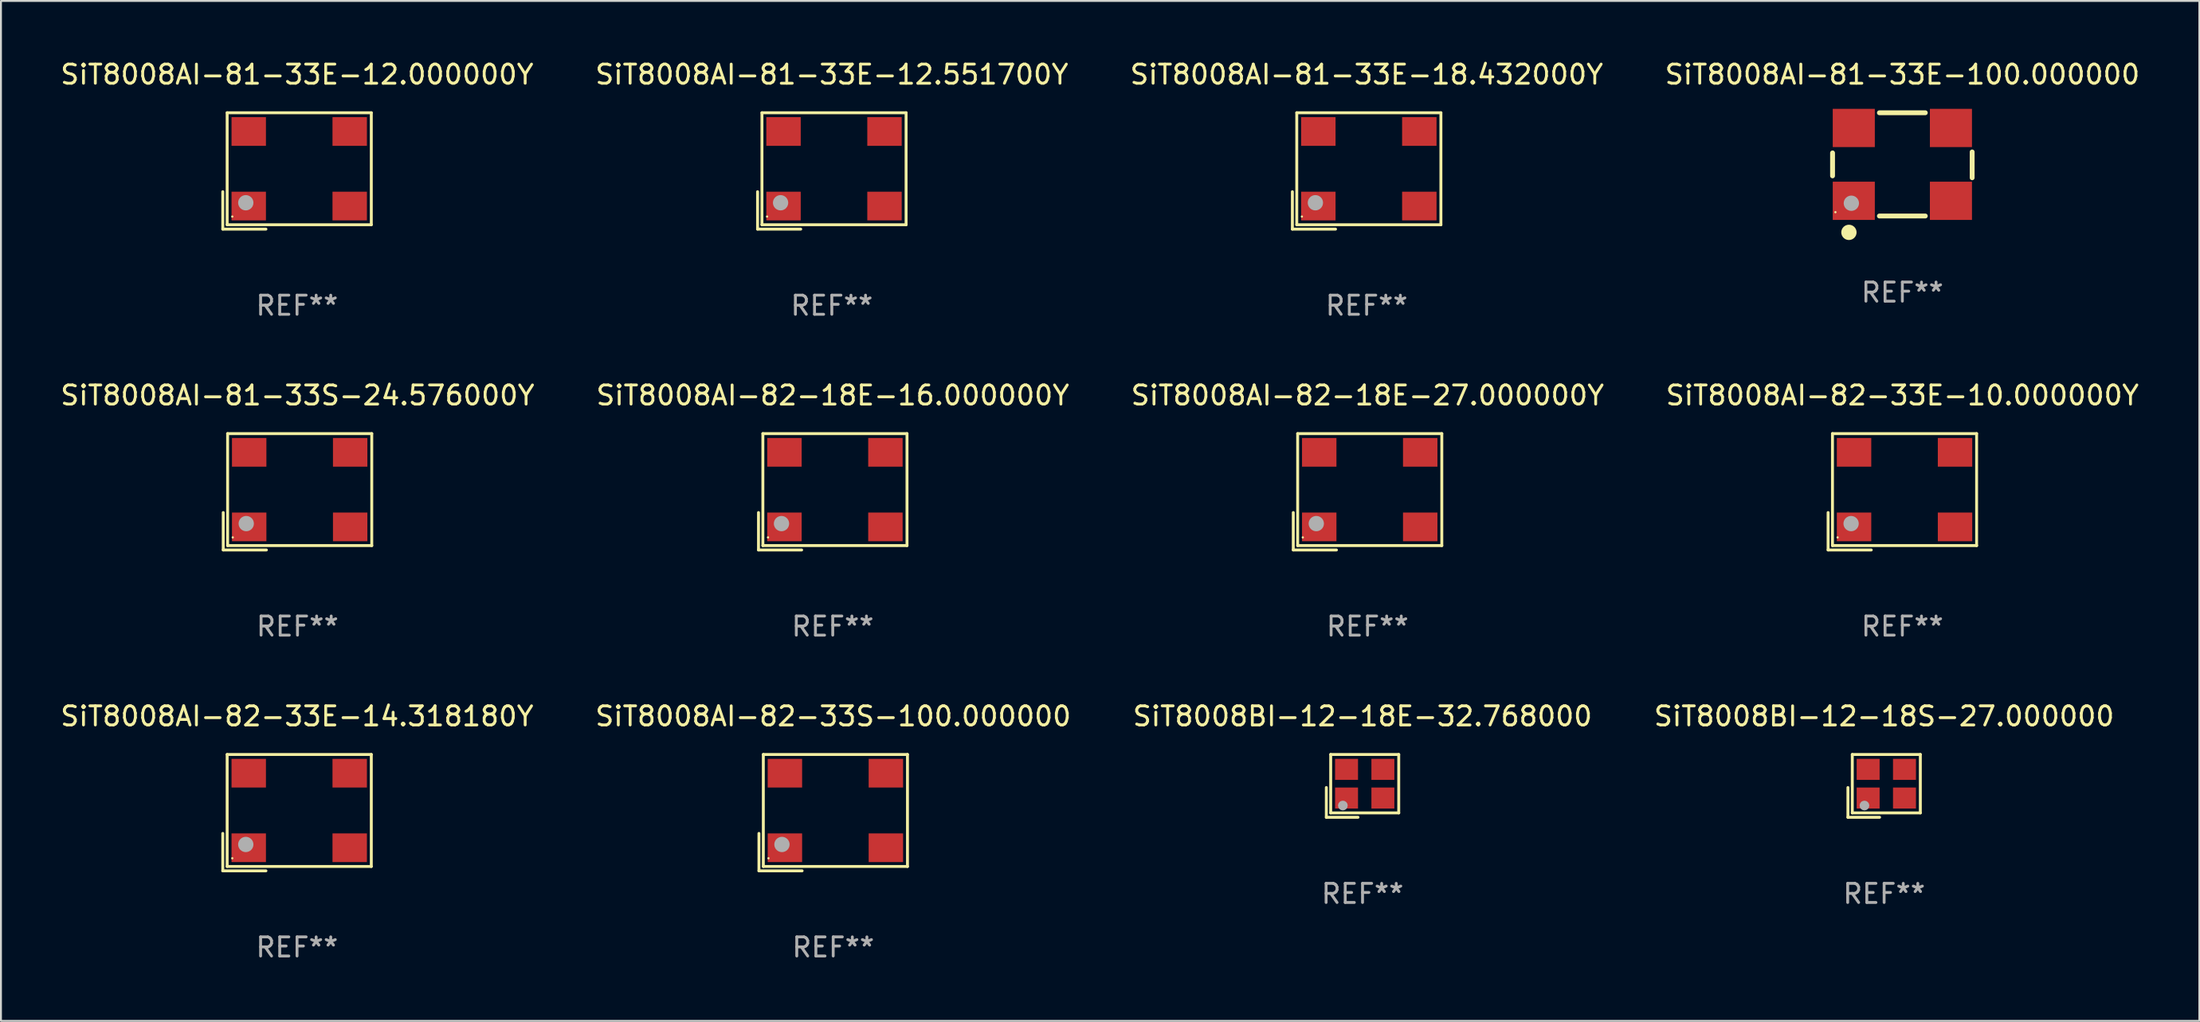
<source format=kicad_pcb>
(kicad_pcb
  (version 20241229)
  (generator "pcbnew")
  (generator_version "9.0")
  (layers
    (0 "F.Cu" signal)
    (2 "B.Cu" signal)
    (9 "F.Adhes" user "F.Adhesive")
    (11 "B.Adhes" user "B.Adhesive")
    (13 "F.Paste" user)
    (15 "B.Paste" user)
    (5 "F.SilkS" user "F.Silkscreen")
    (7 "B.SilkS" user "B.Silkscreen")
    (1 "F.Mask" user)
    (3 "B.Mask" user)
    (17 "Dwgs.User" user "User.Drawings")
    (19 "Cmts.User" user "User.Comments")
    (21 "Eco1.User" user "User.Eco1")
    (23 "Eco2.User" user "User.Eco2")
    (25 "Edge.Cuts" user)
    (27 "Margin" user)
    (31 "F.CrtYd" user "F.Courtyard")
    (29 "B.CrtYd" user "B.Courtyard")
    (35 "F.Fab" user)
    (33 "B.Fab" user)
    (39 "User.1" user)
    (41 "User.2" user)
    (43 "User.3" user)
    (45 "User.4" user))
  (footprint "SiT8008AI-81-33E-18.432000Y"
    (layer "F.Cu")
    (at 68.411 5.891)
    (property "Reference" "SiT8008AI-81-33E-18.432000Y" (at 0 -5.043 0) (layer "F.SilkS") (effects (font (size 1 1) (thickness 0.15))))
    (attr through_hole)
    (fp_line (start -3.883 1.086) (end -3.883 3.043) (stroke (width 0.152) (type solid)) (layer "F.SilkS"))
    (fp_line (start -3.883 3.043) (end -1.626 3.043) (stroke (width 0.152) (type solid)) (layer "F.SilkS"))
    (fp_line (start -3.654 -3.043) (end 3.883 -3.043) (stroke (width 0.152) (type solid)) (layer "F.SilkS"))
    (fp_line (start -3.654 2.814) (end -3.654 -3.043) (stroke (width 0.152) (type solid)) (layer "F.SilkS"))
    (fp_line (start 3.883 -3.043) (end 3.883 2.814) (stroke (width 0.152) (type solid)) (layer "F.SilkS"))
    (fp_line (start 3.883 2.814) (end -3.654 2.814) (stroke (width 0.152) (type solid)) (layer "F.SilkS"))
    (fp_circle (center -3.386 2.386) (end -3.356 2.386) (stroke (width 0.06) (type solid)) (fill no) (layer "F.SilkS"))
    (fp_circle (center -2.68 1.664) (end -2.48 1.664) (stroke (width 0.4) (type solid)) (fill no) (layer "F.Fab"))
    (fp_text user "REF**" (at 0 7.043 0) (layer "F.Fab") (effects (font (size 1 1) (thickness 0.15))))
    (pad "1" smd rect (at -2.526 1.836) (size 1.8 1.5) (layers "F.Cu" "F.Mask" "F.Paste"))
    (pad "2" smd rect (at 2.754 1.836) (size 1.8 1.5) (layers "F.Cu" "F.Mask" "F.Paste"))
    (pad "3" smd rect (at 2.754 -2.064) (size 1.8 1.5) (layers "F.Cu" "F.Mask" "F.Paste"))
    (pad "4" smd rect (at -2.526 -2.064) (size 1.8 1.5) (layers "F.Cu" "F.Mask" "F.Paste")))
  (footprint "SiT8008AI-81-33E-12.551700Y"
    (layer "F.Cu")
    (at 40.446 5.891)
    (property "Reference" "SiT8008AI-81-33E-12.551700Y" (at 0 -5.043 0) (layer "F.SilkS") (effects (font (size 1 1) (thickness 0.15))))
    (attr through_hole)
    (fp_line (start -3.883 1.086) (end -3.883 3.043) (stroke (width 0.152) (type solid)) (layer "F.SilkS"))
    (fp_line (start -3.883 3.043) (end -1.626 3.043) (stroke (width 0.152) (type solid)) (layer "F.SilkS"))
    (fp_line (start -3.654 -3.043) (end 3.883 -3.043) (stroke (width 0.152) (type solid)) (layer "F.SilkS"))
    (fp_line (start -3.654 2.814) (end -3.654 -3.043) (stroke (width 0.152) (type solid)) (layer "F.SilkS"))
    (fp_line (start 3.883 -3.043) (end 3.883 2.814) (stroke (width 0.152) (type solid)) (layer "F.SilkS"))
    (fp_line (start 3.883 2.814) (end -3.654 2.814) (stroke (width 0.152) (type solid)) (layer "F.SilkS"))
    (fp_circle (center -3.386 2.386) (end -3.356 2.386) (stroke (width 0.06) (type solid)) (fill no) (layer "F.SilkS"))
    (fp_circle (center -2.68 1.664) (end -2.48 1.664) (stroke (width 0.4) (type solid)) (fill no) (layer "F.Fab"))
    (fp_text user "REF**" (at 0 7.043 0) (layer "F.Fab") (effects (font (size 1 1) (thickness 0.15))))
    (pad "1" smd rect (at -2.526 1.836) (size 1.8 1.5) (layers "F.Cu" "F.Mask" "F.Paste"))
    (pad "2" smd rect (at 2.754 1.836) (size 1.8 1.5) (layers "F.Cu" "F.Mask" "F.Paste"))
    (pad "3" smd rect (at 2.754 -2.064) (size 1.8 1.5) (layers "F.Cu" "F.Mask" "F.Paste"))
    (pad "4" smd rect (at -2.526 -2.064) (size 1.8 1.5) (layers "F.Cu" "F.Mask" "F.Paste")))
  (footprint "SiT8008AI-82-18E-16.000000Y"
    (layer "F.Cu")
    (at 40.494 22.673)
    (property "Reference" "SiT8008AI-82-18E-16.000000Y" (at 0 -5.043 0) (layer "F.SilkS") (effects (font (size 1 1) (thickness 0.15))))
    (attr through_hole)
    (fp_line (start -3.883 1.086) (end -3.883 3.043) (stroke (width 0.152) (type solid)) (layer "F.SilkS"))
    (fp_line (start -3.883 3.043) (end -1.626 3.043) (stroke (width 0.152) (type solid)) (layer "F.SilkS"))
    (fp_line (start -3.654 -3.043) (end 3.883 -3.043) (stroke (width 0.152) (type solid)) (layer "F.SilkS"))
    (fp_line (start -3.654 2.814) (end -3.654 -3.043) (stroke (width 0.152) (type solid)) (layer "F.SilkS"))
    (fp_line (start 3.883 -3.043) (end 3.883 2.814) (stroke (width 0.152) (type solid)) (layer "F.SilkS"))
    (fp_line (start 3.883 2.814) (end -3.654 2.814) (stroke (width 0.152) (type solid)) (layer "F.SilkS"))
    (fp_circle (center -3.386 2.386) (end -3.356 2.386) (stroke (width 0.06) (type solid)) (fill no) (layer "F.SilkS"))
    (fp_circle (center -2.68 1.664) (end -2.48 1.664) (stroke (width 0.4) (type solid)) (fill no) (layer "F.Fab"))
    (fp_text user "REF**" (at 0 7.043 0) (layer "F.Fab") (effects (font (size 1 1) (thickness 0.15))))
    (pad "1" smd rect (at -2.526 1.836) (size 1.8 1.5) (layers "F.Cu" "F.Mask" "F.Paste"))
    (pad "2" smd rect (at 2.754 1.836) (size 1.8 1.5) (layers "F.Cu" "F.Mask" "F.Paste"))
    (pad "3" smd rect (at 2.754 -2.064) (size 1.8 1.5) (layers "F.Cu" "F.Mask" "F.Paste"))
    (pad "4" smd rect (at -2.526 -2.064) (size 1.8 1.5) (layers "F.Cu" "F.Mask" "F.Paste")))
  (footprint "SiT8008AI-82-18E-27.000000Y"
    (layer "F.Cu")
    (at 68.458 22.673)
    (property "Reference" "SiT8008AI-82-18E-27.000000Y" (at 0 -5.043 0) (layer "F.SilkS") (effects (font (size 1 1) (thickness 0.15))))
    (attr through_hole)
    (fp_line (start -3.883 1.086) (end -3.883 3.043) (stroke (width 0.152) (type solid)) (layer "F.SilkS"))
    (fp_line (start -3.883 3.043) (end -1.626 3.043) (stroke (width 0.152) (type solid)) (layer "F.SilkS"))
    (fp_line (start -3.654 -3.043) (end 3.883 -3.043) (stroke (width 0.152) (type solid)) (layer "F.SilkS"))
    (fp_line (start -3.654 2.814) (end -3.654 -3.043) (stroke (width 0.152) (type solid)) (layer "F.SilkS"))
    (fp_line (start 3.883 -3.043) (end 3.883 2.814) (stroke (width 0.152) (type solid)) (layer "F.SilkS"))
    (fp_line (start 3.883 2.814) (end -3.654 2.814) (stroke (width 0.152) (type solid)) (layer "F.SilkS"))
    (fp_circle (center -3.386 2.386) (end -3.356 2.386) (stroke (width 0.06) (type solid)) (fill no) (layer "F.SilkS"))
    (fp_circle (center -2.68 1.664) (end -2.48 1.664) (stroke (width 0.4) (type solid)) (fill no) (layer "F.Fab"))
    (fp_text user "REF**" (at 0 7.043 0) (layer "F.Fab") (effects (font (size 1 1) (thickness 0.15))))
    (pad "1" smd rect (at -2.526 1.836) (size 1.8 1.5) (layers "F.Cu" "F.Mask" "F.Paste"))
    (pad "2" smd rect (at 2.754 1.836) (size 1.8 1.5) (layers "F.Cu" "F.Mask" "F.Paste"))
    (pad "3" smd rect (at 2.754 -2.064) (size 1.8 1.5) (layers "F.Cu" "F.Mask" "F.Paste"))
    (pad "4" smd rect (at -2.526 -2.064) (size 1.8 1.5) (layers "F.Cu" "F.Mask" "F.Paste")))
  (footprint "SiT8008AI-82-33E-14.318180Y"
    (layer "F.Cu")
    (at 12.482 39.456)
    (property "Reference" "SiT8008AI-82-33E-14.318180Y" (at 0 -5.043 0) (layer "F.SilkS") (effects (font (size 1 1) (thickness 0.15))))
    (attr through_hole)
    (fp_line (start -3.883 1.086) (end -3.883 3.043) (stroke (width 0.152) (type solid)) (layer "F.SilkS"))
    (fp_line (start -3.883 3.043) (end -1.626 3.043) (stroke (width 0.152) (type solid)) (layer "F.SilkS"))
    (fp_line (start -3.654 -3.043) (end 3.883 -3.043) (stroke (width 0.152) (type solid)) (layer "F.SilkS"))
    (fp_line (start -3.654 2.814) (end -3.654 -3.043) (stroke (width 0.152) (type solid)) (layer "F.SilkS"))
    (fp_line (start 3.883 -3.043) (end 3.883 2.814) (stroke (width 0.152) (type solid)) (layer "F.SilkS"))
    (fp_line (start 3.883 2.814) (end -3.654 2.814) (stroke (width 0.152) (type solid)) (layer "F.SilkS"))
    (fp_circle (center -3.386 2.386) (end -3.356 2.386) (stroke (width 0.06) (type solid)) (fill no) (layer "F.SilkS"))
    (fp_circle (center -2.68 1.664) (end -2.48 1.664) (stroke (width 0.4) (type solid)) (fill no) (layer "F.Fab"))
    (fp_text user "REF**" (at 0 7.043 0) (layer "F.Fab") (effects (font (size 1 1) (thickness 0.15))))
    (pad "1" smd rect (at -2.526 1.836) (size 1.8 1.5) (layers "F.Cu" "F.Mask" "F.Paste"))
    (pad "2" smd rect (at 2.754 1.836) (size 1.8 1.5) (layers "F.Cu" "F.Mask" "F.Paste"))
    (pad "3" smd rect (at 2.754 -2.064) (size 1.8 1.5) (layers "F.Cu" "F.Mask" "F.Paste"))
    (pad "4" smd rect (at -2.526 -2.064) (size 1.8 1.5) (layers "F.Cu" "F.Mask" "F.Paste")))
  (footprint "SiT8008BI-12-18E-32.768000"
    (layer "F.Cu")
    (at 68.196 38.056)
    (property "Reference" "SiT8008BI-12-18E-32.768000" (at 0 -3.643 0) (layer "F.SilkS") (effects (font (size 1 1) (thickness 0.15))))
    (attr through_hole)
    (fp_line (start -1.893 0.086) (end -1.893 1.643) (stroke (width 0.152) (type solid)) (layer "F.SilkS"))
    (fp_line (start -1.893 1.643) (end -0.237 1.643) (stroke (width 0.152) (type solid)) (layer "F.SilkS"))
    (fp_line (start -1.665 -1.643) (end 1.893 -1.643) (stroke (width 0.152) (type solid)) (layer "F.SilkS"))
    (fp_line (start -1.665 1.414) (end -1.665 -1.643) (stroke (width 0.152) (type solid)) (layer "F.SilkS"))
    (fp_line (start 1.893 -1.643) (end 1.893 1.414) (stroke (width 0.152) (type solid)) (layer "F.SilkS"))
    (fp_line (start 1.893 1.414) (end -1.665 1.414) (stroke (width 0.152) (type solid)) (layer "F.SilkS"))
    (fp_circle (center -1.136 0.885) (end -1.106 0.885) (stroke (width 0.06) (type solid)) (fill no) (layer "F.SilkS"))
    (fp_circle (center -1.029 1.028) (end -0.902 1.028) (stroke (width 0.254) (type solid)) (fill no) (layer "F.Fab"))
    (fp_text user "REF**" (at 0 5.643 0) (layer "F.Fab") (effects (font (size 1 1) (thickness 0.15))))
    (pad "1" smd rect (at -0.836 0.636) (size 1.2 1.1) (layers "F.Cu" "F.Mask" "F.Paste"))
    (pad "2" smd rect (at 1.064 0.636) (size 1.2 1.1) (layers "F.Cu" "F.Mask" "F.Paste"))
    (pad "3" smd rect (at 1.064 -0.865) (size 1.2 1.1) (layers "F.Cu" "F.Mask" "F.Paste"))
    (pad "4" smd rect (at -0.836 -0.865) (size 1.2 1.1) (layers "F.Cu" "F.Mask" "F.Paste")))
  (footprint "SiT8008AI-81-33S-24.576000Y"
    (layer "F.Cu")
    (at 12.506 22.673)
    (property "Reference" "SiT8008AI-81-33S-24.576000Y" (at 0 -5.043 0) (layer "F.SilkS") (effects (font (size 1 1) (thickness 0.15))))
    (attr through_hole)
    (fp_line (start -3.883 1.086) (end -3.883 3.043) (stroke (width 0.152) (type solid)) (layer "F.SilkS"))
    (fp_line (start -3.883 3.043) (end -1.626 3.043) (stroke (width 0.152) (type solid)) (layer "F.SilkS"))
    (fp_line (start -3.654 -3.043) (end 3.883 -3.043) (stroke (width 0.152) (type solid)) (layer "F.SilkS"))
    (fp_line (start -3.654 2.814) (end -3.654 -3.043) (stroke (width 0.152) (type solid)) (layer "F.SilkS"))
    (fp_line (start 3.883 -3.043) (end 3.883 2.814) (stroke (width 0.152) (type solid)) (layer "F.SilkS"))
    (fp_line (start 3.883 2.814) (end -3.654 2.814) (stroke (width 0.152) (type solid)) (layer "F.SilkS"))
    (fp_circle (center -3.386 2.386) (end -3.356 2.386) (stroke (width 0.06) (type solid)) (fill no) (layer "F.SilkS"))
    (fp_circle (center -2.68 1.664) (end -2.48 1.664) (stroke (width 0.4) (type solid)) (fill no) (layer "F.Fab"))
    (fp_text user "REF**" (at 0 7.043 0) (layer "F.Fab") (effects (font (size 1 1) (thickness 0.15))))
    (pad "1" smd rect (at -2.526 1.836) (size 1.8 1.5) (layers "F.Cu" "F.Mask" "F.Paste"))
    (pad "2" smd rect (at 2.754 1.836) (size 1.8 1.5) (layers "F.Cu" "F.Mask" "F.Paste"))
    (pad "3" smd rect (at 2.754 -2.064) (size 1.8 1.5) (layers "F.Cu" "F.Mask" "F.Paste"))
    (pad "4" smd rect (at -2.526 -2.064) (size 1.8 1.5) (layers "F.Cu" "F.Mask" "F.Paste")))
  (footprint "SiT8008AI-82-33S-100.000000"
    (layer "F.Cu")
    (at 40.518 39.456)
    (property "Reference" "SiT8008AI-82-33S-100.000000" (at 0 -5.043 0) (layer "F.SilkS") (effects (font (size 1 1) (thickness 0.15))))
    (attr through_hole)
    (fp_line (start -3.883 1.086) (end -3.883 3.043) (stroke (width 0.152) (type solid)) (layer "F.SilkS"))
    (fp_line (start -3.883 3.043) (end -1.626 3.043) (stroke (width 0.152) (type solid)) (layer "F.SilkS"))
    (fp_line (start -3.654 -3.043) (end 3.883 -3.043) (stroke (width 0.152) (type solid)) (layer "F.SilkS"))
    (fp_line (start -3.654 2.814) (end -3.654 -3.043) (stroke (width 0.152) (type solid)) (layer "F.SilkS"))
    (fp_line (start 3.883 -3.043) (end 3.883 2.814) (stroke (width 0.152) (type solid)) (layer "F.SilkS"))
    (fp_line (start 3.883 2.814) (end -3.654 2.814) (stroke (width 0.152) (type solid)) (layer "F.SilkS"))
    (fp_circle (center -3.386 2.386) (end -3.356 2.386) (stroke (width 0.06) (type solid)) (fill no) (layer "F.SilkS"))
    (fp_circle (center -2.68 1.664) (end -2.48 1.664) (stroke (width 0.4) (type solid)) (fill no) (layer "F.Fab"))
    (fp_text user "REF**" (at 0 7.043 0) (layer "F.Fab") (effects (font (size 1 1) (thickness 0.15))))
    (pad "1" smd rect (at -2.526 1.836) (size 1.8 1.5) (layers "F.Cu" "F.Mask" "F.Paste"))
    (pad "2" smd rect (at 2.754 1.836) (size 1.8 1.5) (layers "F.Cu" "F.Mask" "F.Paste"))
    (pad "3" smd rect (at 2.754 -2.064) (size 1.8 1.5) (layers "F.Cu" "F.Mask" "F.Paste"))
    (pad "4" smd rect (at -2.526 -2.064) (size 1.8 1.5) (layers "F.Cu" "F.Mask" "F.Paste")))
  (footprint "SiT8008AI-82-33E-10.000000Y"
    (layer "F.Cu")
    (at 96.423 22.673)
    (property "Reference" "SiT8008AI-82-33E-10.000000Y" (at 0 -5.043 0) (layer "F.SilkS") (effects (font (size 1 1) (thickness 0.15))))
    (attr through_hole)
    (fp_line (start -3.883 1.086) (end -3.883 3.043) (stroke (width 0.152) (type solid)) (layer "F.SilkS"))
    (fp_line (start -3.883 3.043) (end -1.626 3.043) (stroke (width 0.152) (type solid)) (layer "F.SilkS"))
    (fp_line (start -3.654 -3.043) (end 3.883 -3.043) (stroke (width 0.152) (type solid)) (layer "F.SilkS"))
    (fp_line (start -3.654 2.814) (end -3.654 -3.043) (stroke (width 0.152) (type solid)) (layer "F.SilkS"))
    (fp_line (start 3.883 -3.043) (end 3.883 2.814) (stroke (width 0.152) (type solid)) (layer "F.SilkS"))
    (fp_line (start 3.883 2.814) (end -3.654 2.814) (stroke (width 0.152) (type solid)) (layer "F.SilkS"))
    (fp_circle (center -3.386 2.386) (end -3.356 2.386) (stroke (width 0.06) (type solid)) (fill no) (layer "F.SilkS"))
    (fp_circle (center -2.68 1.664) (end -2.48 1.664) (stroke (width 0.4) (type solid)) (fill no) (layer "F.Fab"))
    (fp_text user "REF**" (at 0 7.043 0) (layer "F.Fab") (effects (font (size 1 1) (thickness 0.15))))
    (pad "1" smd rect (at -2.526 1.836) (size 1.8 1.5) (layers "F.Cu" "F.Mask" "F.Paste"))
    (pad "2" smd rect (at 2.754 1.836) (size 1.8 1.5) (layers "F.Cu" "F.Mask" "F.Paste"))
    (pad "3" smd rect (at 2.754 -2.064) (size 1.8 1.5) (layers "F.Cu" "F.Mask" "F.Paste"))
    (pad "4" smd rect (at -2.526 -2.064) (size 1.8 1.5) (layers "F.Cu" "F.Mask" "F.Paste")))
  (footprint "SiT8008BI-12-18S-27.000000"
    (layer "F.Cu")
    (at 95.47 38.056)
    (property "Reference" "SiT8008BI-12-18S-27.000000" (at 0 -3.643 0) (layer "F.SilkS") (effects (font (size 1 1) (thickness 0.15))))
    (attr through_hole)
    (fp_line (start -1.893 0.086) (end -1.893 1.643) (stroke (width 0.152) (type solid)) (layer "F.SilkS"))
    (fp_line (start -1.893 1.643) (end -0.237 1.643) (stroke (width 0.152) (type solid)) (layer "F.SilkS"))
    (fp_line (start -1.665 -1.643) (end 1.893 -1.643) (stroke (width 0.152) (type solid)) (layer "F.SilkS"))
    (fp_line (start -1.665 1.414) (end -1.665 -1.643) (stroke (width 0.152) (type solid)) (layer "F.SilkS"))
    (fp_line (start 1.893 -1.643) (end 1.893 1.414) (stroke (width 0.152) (type solid)) (layer "F.SilkS"))
    (fp_line (start 1.893 1.414) (end -1.665 1.414) (stroke (width 0.152) (type solid)) (layer "F.SilkS"))
    (fp_circle (center -1.136 0.885) (end -1.106 0.885) (stroke (width 0.06) (type solid)) (fill no) (layer "F.SilkS"))
    (fp_circle (center -1.029 1.028) (end -0.902 1.028) (stroke (width 0.254) (type solid)) (fill no) (layer "F.Fab"))
    (fp_text user "REF**" (at 0 5.643 0) (layer "F.Fab") (effects (font (size 1 1) (thickness 0.15))))
    (pad "1" smd rect (at -0.836 0.636) (size 1.2 1.1) (layers "F.Cu" "F.Mask" "F.Paste"))
    (pad "2" smd rect (at 1.064 0.636) (size 1.2 1.1) (layers "F.Cu" "F.Mask" "F.Paste"))
    (pad "3" smd rect (at 1.064 -0.865) (size 1.2 1.1) (layers "F.Cu" "F.Mask" "F.Paste"))
    (pad "4" smd rect (at -0.836 -0.865) (size 1.2 1.1) (layers "F.Cu" "F.Mask" "F.Paste")))
  (footprint "SiT8008AI-81-33E-12.000000Y"
    (layer "F.Cu")
    (at 12.482 5.891)
    (property "Reference" "SiT8008AI-81-33E-12.000000Y" (at 0 -5.043 0) (layer "F.SilkS") (effects (font (size 1 1) (thickness 0.15))))
    (attr through_hole)
    (fp_line (start -3.883 1.086) (end -3.883 3.043) (stroke (width 0.152) (type solid)) (layer "F.SilkS"))
    (fp_line (start -3.883 3.043) (end -1.626 3.043) (stroke (width 0.152) (type solid)) (layer "F.SilkS"))
    (fp_line (start -3.654 -3.043) (end 3.883 -3.043) (stroke (width 0.152) (type solid)) (layer "F.SilkS"))
    (fp_line (start -3.654 2.814) (end -3.654 -3.043) (stroke (width 0.152) (type solid)) (layer "F.SilkS"))
    (fp_line (start 3.883 -3.043) (end 3.883 2.814) (stroke (width 0.152) (type solid)) (layer "F.SilkS"))
    (fp_line (start 3.883 2.814) (end -3.654 2.814) (stroke (width 0.152) (type solid)) (layer "F.SilkS"))
    (fp_circle (center -3.386 2.386) (end -3.356 2.386) (stroke (width 0.06) (type solid)) (fill no) (layer "F.SilkS"))
    (fp_circle (center -2.68 1.664) (end -2.48 1.664) (stroke (width 0.4) (type solid)) (fill no) (layer "F.Fab"))
    (fp_text user "REF**" (at 0 7.043 0) (layer "F.Fab") (effects (font (size 1 1) (thickness 0.15))))
    (pad "1" smd rect (at -2.526 1.836) (size 1.8 1.5) (layers "F.Cu" "F.Mask" "F.Paste"))
    (pad "2" smd rect (at 2.754 1.836) (size 1.8 1.5) (layers "F.Cu" "F.Mask" "F.Paste"))
    (pad "3" smd rect (at 2.754 -2.064) (size 1.8 1.5) (layers "F.Cu" "F.Mask" "F.Paste"))
    (pad "4" smd rect (at -2.526 -2.064) (size 1.8 1.5) (layers "F.Cu" "F.Mask" "F.Paste")))
  (footprint "SiT8008AI-81-33E-100.000000"
    (layer "F.Cu")
    (at 96.423 5.548)
    (property "Reference" "SiT8008AI-81-33E-100.000000" (at 0 -4.7 0) (layer "F.SilkS") (effects (font (size 1 1) (thickness 0.15))))
    (attr through_hole)
    (fp_line (start -3.65 -0.6) (end -3.65 0.6) (stroke (width 0.254) (type solid)) (layer "F.SilkS"))
    (fp_line (start -1.2 -2.7) (end 1.2 -2.7) (stroke (width 0.254) (type solid)) (layer "F.SilkS"))
    (fp_line (start -1.2 2.7) (end 1.2 2.7) (stroke (width 0.254) (type solid)) (layer "F.SilkS"))
    (fp_line (start 3.65 -0.65) (end 3.65 0.7) (stroke (width 0.254) (type solid)) (layer "F.SilkS"))
    (fp_circle (center -3.5 2.5) (end -3.47 2.5) (stroke (width 0.06) (type solid)) (fill no) (layer "F.SilkS"))
    (fp_circle (center -2.794 3.556) (end -2.594 3.556) (stroke (width 0.4) (type solid)) (fill no) (layer "F.SilkS"))
    (fp_circle (center -2.667 2.032) (end -2.467 2.032) (stroke (width 0.4) (type solid)) (fill no) (layer "F.Fab"))
    (fp_text user "REF**" (at 0 6.7 0) (layer "F.Fab") (effects (font (size 1 1) (thickness 0.15))))
    (pad "1" smd rect (at -2.54 1.905) (size 2.2 2) (layers "F.Cu" "F.Mask" "F.Paste"))
    (pad "2" smd rect (at 2.54 1.905) (size 2.2 2) (layers "F.Cu" "F.Mask" "F.Paste"))
    (pad "3" smd rect (at -2.54 -1.905) (size 2.2 2) (layers "F.Cu" "F.Mask" "F.Paste"))
    (pad "4" smd rect (at 2.54 -1.905) (size 2.2 2) (layers "F.Cu" "F.Mask" "F.Paste")))
  (gr_rect
    (start -3 -3)
    (end 111.952 50.347)
    (stroke (width 0.1) (type default))
    (fill no)
    (layer "Edge.Cuts")))
</source>
